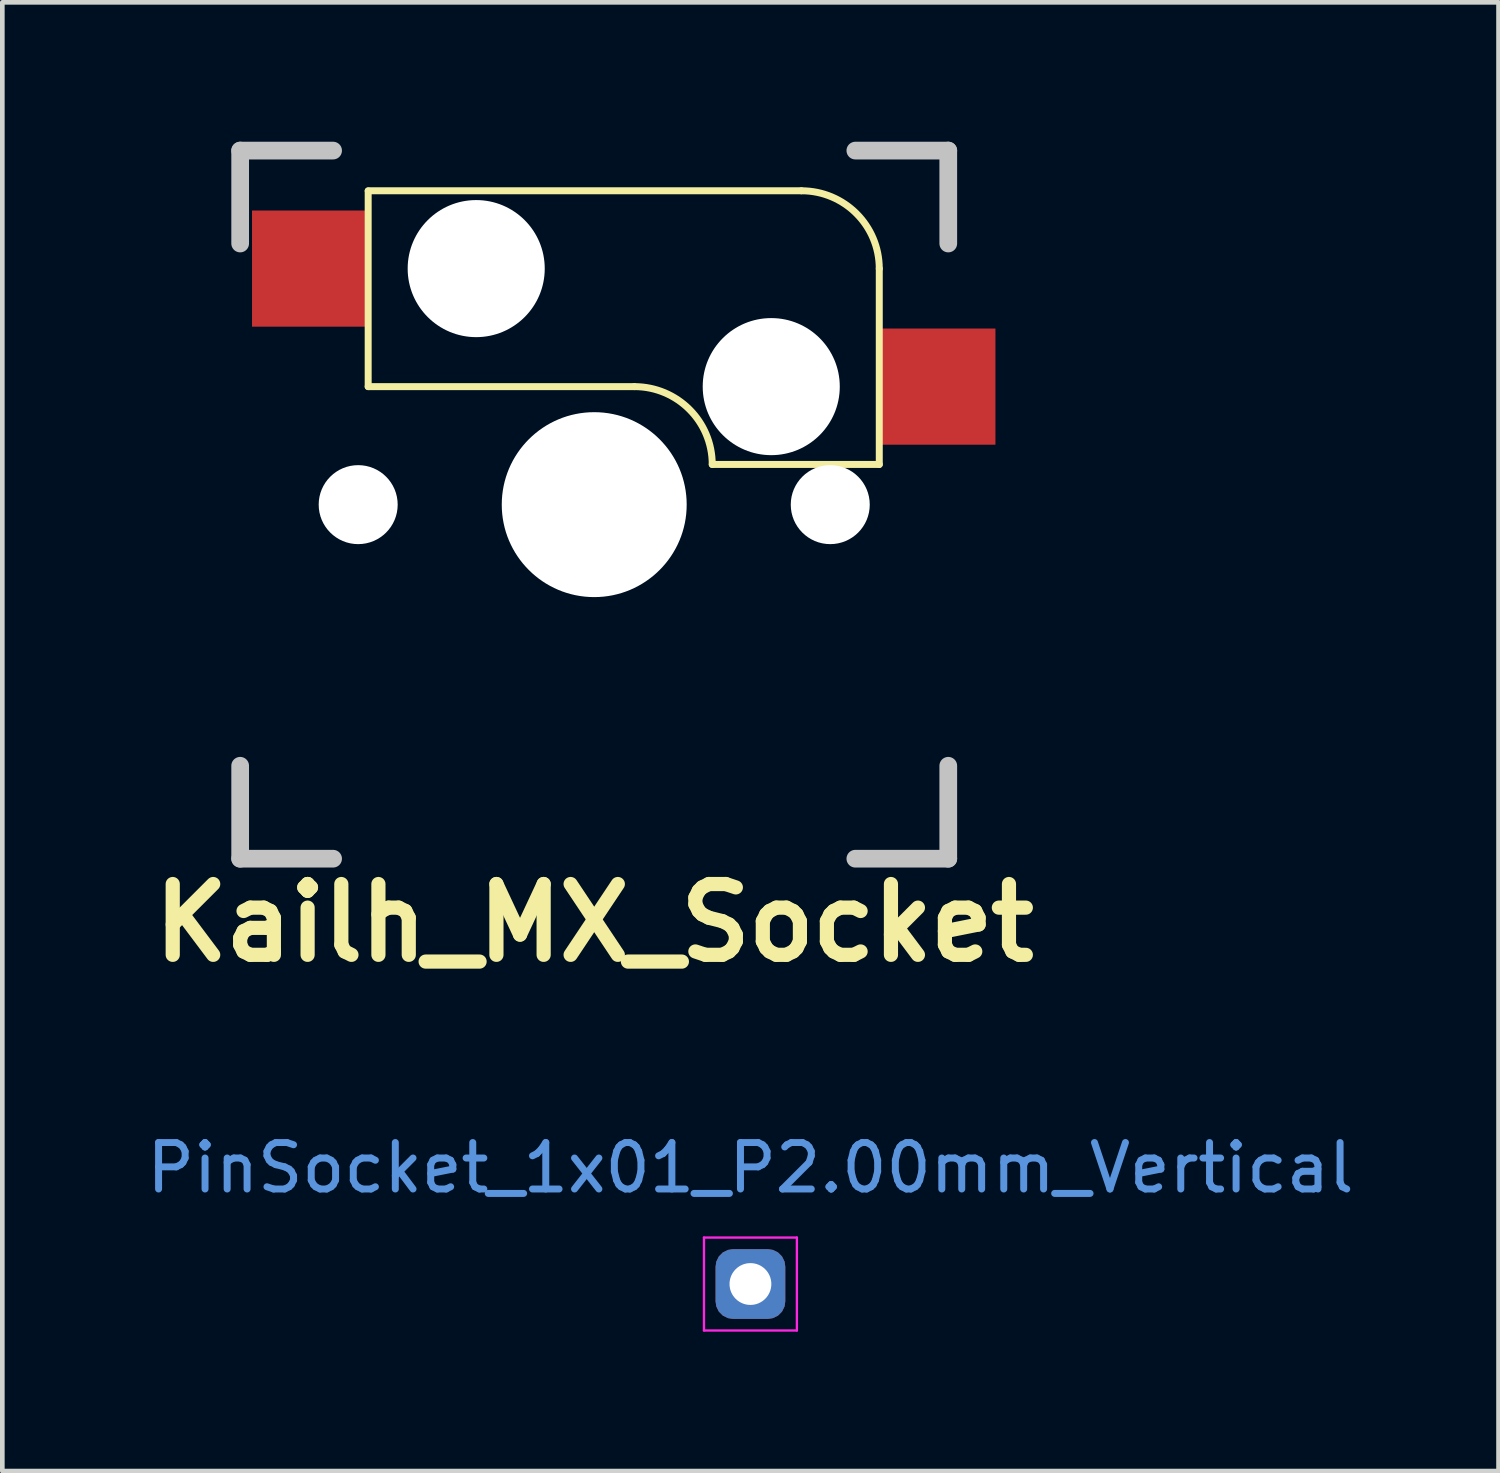
<source format=kicad_pcb>
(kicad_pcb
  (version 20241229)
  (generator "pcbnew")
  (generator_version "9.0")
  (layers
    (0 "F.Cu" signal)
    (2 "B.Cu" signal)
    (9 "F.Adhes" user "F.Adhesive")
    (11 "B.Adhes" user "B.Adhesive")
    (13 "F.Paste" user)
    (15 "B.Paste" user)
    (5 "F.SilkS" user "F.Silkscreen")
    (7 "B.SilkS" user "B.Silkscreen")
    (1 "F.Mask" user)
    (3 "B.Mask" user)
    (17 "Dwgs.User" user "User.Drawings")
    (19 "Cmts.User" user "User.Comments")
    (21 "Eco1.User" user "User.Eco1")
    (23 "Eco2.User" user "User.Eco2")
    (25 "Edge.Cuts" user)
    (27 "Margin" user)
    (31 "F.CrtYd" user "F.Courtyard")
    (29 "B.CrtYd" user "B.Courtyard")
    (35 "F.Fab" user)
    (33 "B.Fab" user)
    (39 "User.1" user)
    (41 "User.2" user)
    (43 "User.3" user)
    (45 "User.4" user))
  (footprint "Kailh_MX_Socket"
    (layer "F.Cu")
    (at 9.739 7.811)
    (property "Reference" "Kailh_MX_Socket" (at 0 9 0) (layer "F.SilkS") (effects (font (size 1.524 1.524) (thickness 0.305))))
    (attr through_hole)
    (fp_line (start -4.865 -6.75) (end -4.865 -2.54) (stroke (width 0.15) (type solid)) (layer "F.SilkS"))
    (fp_line (start 0.865 -2.54) (end -4.865 -2.54) (stroke (width 0.15) (type solid)) (layer "F.SilkS"))
    (fp_line (start 4.46 -6.755) (end -4.865 -6.755) (stroke (width 0.15) (type solid)) (layer "F.SilkS"))
    (fp_line (start 6.135 -5.08) (end 6.135 -0.865) (stroke (width 0.15) (type solid)) (layer "F.SilkS"))
    (fp_line (start 6.135 -0.865) (end 2.54 -0.865) (stroke (width 0.15) (type solid)) (layer "F.SilkS"))
    (fp_arc (start 0.865 -2.54) (mid 2.049404 -2.049404) (end 2.54 -0.865) (stroke (width 0.15) (type solid)) (layer "F.SilkS"))
    (fp_arc (start 4.46 -6.755) (mid 5.644404 -6.264404) (end 6.135 -5.08) (stroke (width 0.15) (type solid)) (layer "F.SilkS"))
    (fp_line (start -7.62 -7.62) (end -5.62 -7.62) (stroke (width 0.381) (type solid)) (layer "Dwgs.User"))
    (fp_line (start -7.62 -5.62) (end -7.62 -7.62) (stroke (width 0.381) (type solid)) (layer "Dwgs.User"))
    (fp_line (start -7.62 5.62) (end -7.62 7.62) (stroke (width 0.381) (type solid)) (layer "Dwgs.User"))
    (fp_line (start -7.62 7.62) (end -5.62 7.62) (stroke (width 0.381) (type solid)) (layer "Dwgs.User"))
    (fp_line (start 5.62 -7.62) (end 7.62 -7.62) (stroke (width 0.381) (type solid)) (layer "Dwgs.User"))
    (fp_line (start 5.62 7.62) (end 7.62 7.62) (stroke (width 0.381) (type solid)) (layer "Dwgs.User"))
    (fp_line (start 7.62 -7.62) (end 7.62 -5.62) (stroke (width 0.381) (type solid)) (layer "Dwgs.User"))
    (fp_line (start 7.62 5.62) (end 7.62 7.62) (stroke (width 0.381) (type solid)) (layer "Dwgs.User"))
    (pad "" np_thru_hole circle (at -5.08 0) (size 1.7 1.7) (drill 1.7) (layers "*.Cu" "*.Mask"))
    (pad "" np_thru_hole circle (at -2.54 -5.08) (size 2.95 2.95) (drill 2.95) (layers "*.Cu" "*.Mask"))
    (pad "" np_thru_hole circle (at 0 0) (size 3.98 3.98) (drill 3.98) (layers "*.Cu" "*.Mask"))
    (pad "" np_thru_hole circle (at 3.81 -2.54) (size 2.95 2.95) (drill 2.95) (layers "*.Cu" "*.Mask"))
    (pad "" np_thru_hole circle (at 5.08 0) (size 1.7 1.7) (drill 1.7) (layers "*.Cu" "*.Mask"))
    (pad "1" smd rect (at 7.36 -2.54) (size 2.55 2.5) (layers "F.Cu" "F.Mask" "F.Paste"))
    (pad "2" smd rect (at -6.09 -5.08) (size 2.55 2.5) (layers "F.Cu" "F.Mask" "F.Paste")))
  (footprint "PinSocket_1x01_P2.00mm_Vertical"
    (layer "F.Cu")
    (at 13.101 24.585)
    (property "Reference" "PinSocket_1x01_P2.00mm_Vertical" (at 0 -2.5 0) (layer "Cmts.User") (effects (font (size 1 1) (thickness 0.15))))
    (attr through_hole)
    (fp_line (start -1 -1) (end 1 -1) (stroke (width 0.05) (type solid)) (layer "F.CrtYd"))
    (fp_line (start -1 1) (end -1 -1) (stroke (width 0.05) (type solid)) (layer "F.CrtYd"))
    (fp_line (start 1 -1) (end 1 1) (stroke (width 0.05) (type solid)) (layer "F.CrtYd"))
    (fp_line (start 1 1) (end -1 1) (stroke (width 0.05) (type solid)) (layer "F.CrtYd"))
    (pad "1" thru_hole roundrect (at 0 0) (size 1.5 1.5) (drill 0.9) (layers "*.Cu" "*.Mask") (roundrect_rratio 0.25)))
  (gr_rect
    (start -3 -3)
    (end 29.202 28.61)
    (stroke (width 0.1) (type default))
    (fill no)
    (layer "Edge.Cuts")))
</source>
